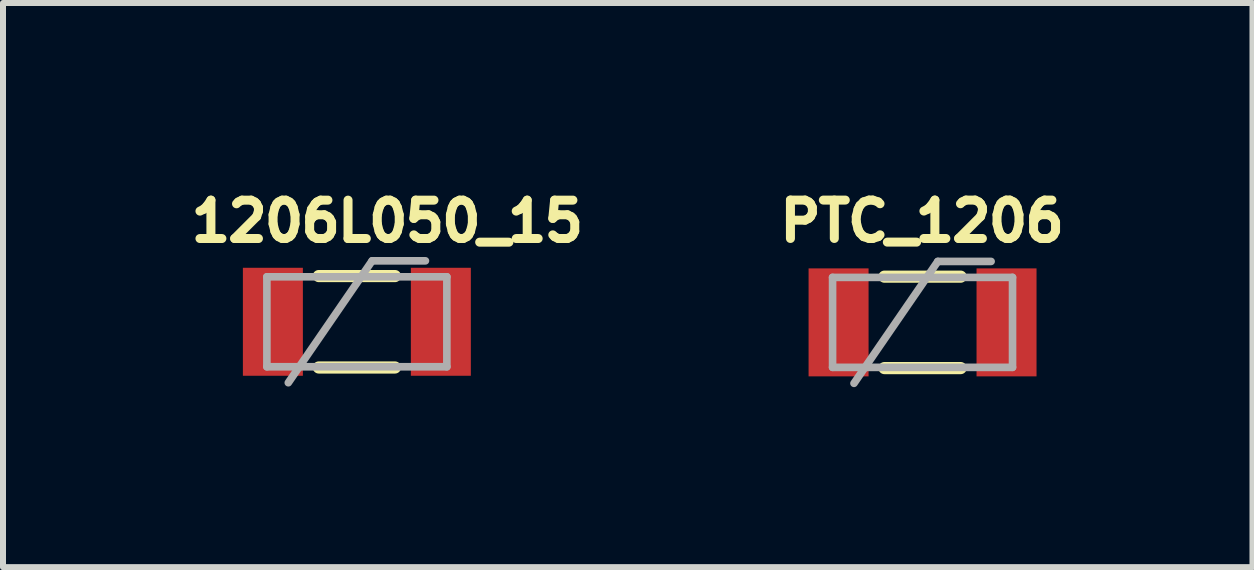
<source format=kicad_pcb>
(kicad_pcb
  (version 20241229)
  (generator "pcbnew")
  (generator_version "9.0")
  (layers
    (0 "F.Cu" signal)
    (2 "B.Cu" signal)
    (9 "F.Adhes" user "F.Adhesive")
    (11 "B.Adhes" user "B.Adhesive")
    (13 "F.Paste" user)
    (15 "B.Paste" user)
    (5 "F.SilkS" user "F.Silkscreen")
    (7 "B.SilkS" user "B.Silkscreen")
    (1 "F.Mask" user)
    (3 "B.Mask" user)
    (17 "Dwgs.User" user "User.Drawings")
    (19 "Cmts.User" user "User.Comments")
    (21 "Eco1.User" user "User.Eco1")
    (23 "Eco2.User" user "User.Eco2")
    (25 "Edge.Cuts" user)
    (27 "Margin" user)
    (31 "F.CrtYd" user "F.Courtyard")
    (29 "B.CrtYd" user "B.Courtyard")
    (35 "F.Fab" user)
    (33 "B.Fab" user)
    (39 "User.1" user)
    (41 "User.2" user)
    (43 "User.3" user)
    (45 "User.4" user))
  (footprint "1206L050_15"
    (layer "F.Cu")
    (at 2.899 2.314)
    (property "Reference" "1206L050_15" (at 0.508 -1.676 0) (layer "F.SilkS") (effects (font (size 0.64 0.64) (thickness 0.15))))
    (attr through_hole)
    (fp_line (start -0.635 -0.762) (end 0.635 -0.762) (stroke (width 0.203) (type solid)) (layer "F.SilkS"))
    (fp_line (start 0.635 0.762) (end -0.635 0.762) (stroke (width 0.203) (type solid)) (layer "F.SilkS"))
    (fp_line (start -1.5 -0.75) (end 1.5 -0.75) (stroke (width 0.127) (type solid)) (layer "F.Fab"))
    (fp_line (start -1.5 0.75) (end -1.5 -0.75) (stroke (width 0.127) (type solid)) (layer "F.Fab"))
    (fp_line (start -1.143 1.016) (end 0.254 -1.016) (stroke (width 0.127) (type solid)) (layer "F.Fab"))
    (fp_line (start 0.254 -1.016) (end 1.143 -1.016) (stroke (width 0.127) (type solid)) (layer "F.Fab"))
    (fp_line (start 1.5 -0.75) (end 1.5 0.75) (stroke (width 0.127) (type solid)) (layer "F.Fab"))
    (fp_line (start 1.5 0.75) (end -1.5 0.75) (stroke (width 0.127) (type solid)) (layer "F.Fab"))
    (pad "1" smd rect (at -1.4 0) (size 1 1.8) (layers "F.Cu" "F.Mask" "F.Paste"))
    (pad "2" smd rect (at 1.4 0) (size 1 1.8) (layers "F.Cu" "F.Mask" "F.Paste")))
  (footprint "PTC_1206"
    (layer "F.Cu")
    (at 12.329 2.324)
    (property "Reference" "PTC_1206" (at -0.008 -1.687 0) (layer "F.SilkS") (effects (font (size 0.64 0.64) (thickness 0.15))))
    (attr through_hole)
    (fp_line (start -0.635 -0.762) (end 0.635 -0.762) (stroke (width 0.203) (type solid)) (layer "F.SilkS"))
    (fp_line (start 0.635 0.762) (end -0.635 0.762) (stroke (width 0.203) (type solid)) (layer "F.SilkS"))
    (fp_line (start -1.5 -0.75) (end 1.5 -0.75) (stroke (width 0.127) (type solid)) (layer "F.Fab"))
    (fp_line (start -1.5 0.75) (end -1.5 -0.75) (stroke (width 0.127) (type solid)) (layer "F.Fab"))
    (fp_line (start -1.143 1.016) (end 0.254 -1.016) (stroke (width 0.127) (type solid)) (layer "F.Fab"))
    (fp_line (start 0.254 -1.016) (end 1.143 -1.016) (stroke (width 0.127) (type solid)) (layer "F.Fab"))
    (fp_line (start 1.5 -0.75) (end 1.5 0.75) (stroke (width 0.127) (type solid)) (layer "F.Fab"))
    (fp_line (start 1.5 0.75) (end -1.5 0.75) (stroke (width 0.127) (type solid)) (layer "F.Fab"))
    (pad "1" smd rect (at -1.4 0) (size 1 1.8) (layers "F.Cu" "F.Mask" "F.Paste"))
    (pad "2" smd rect (at 1.4 0) (size 1 1.8) (layers "F.Cu" "F.Mask" "F.Paste")))
  (gr_rect
    (start -3 -3)
    (end 17.829 6.404)
    (stroke (width 0.1) (type default))
    (fill no)
    (layer "Edge.Cuts")))
</source>
